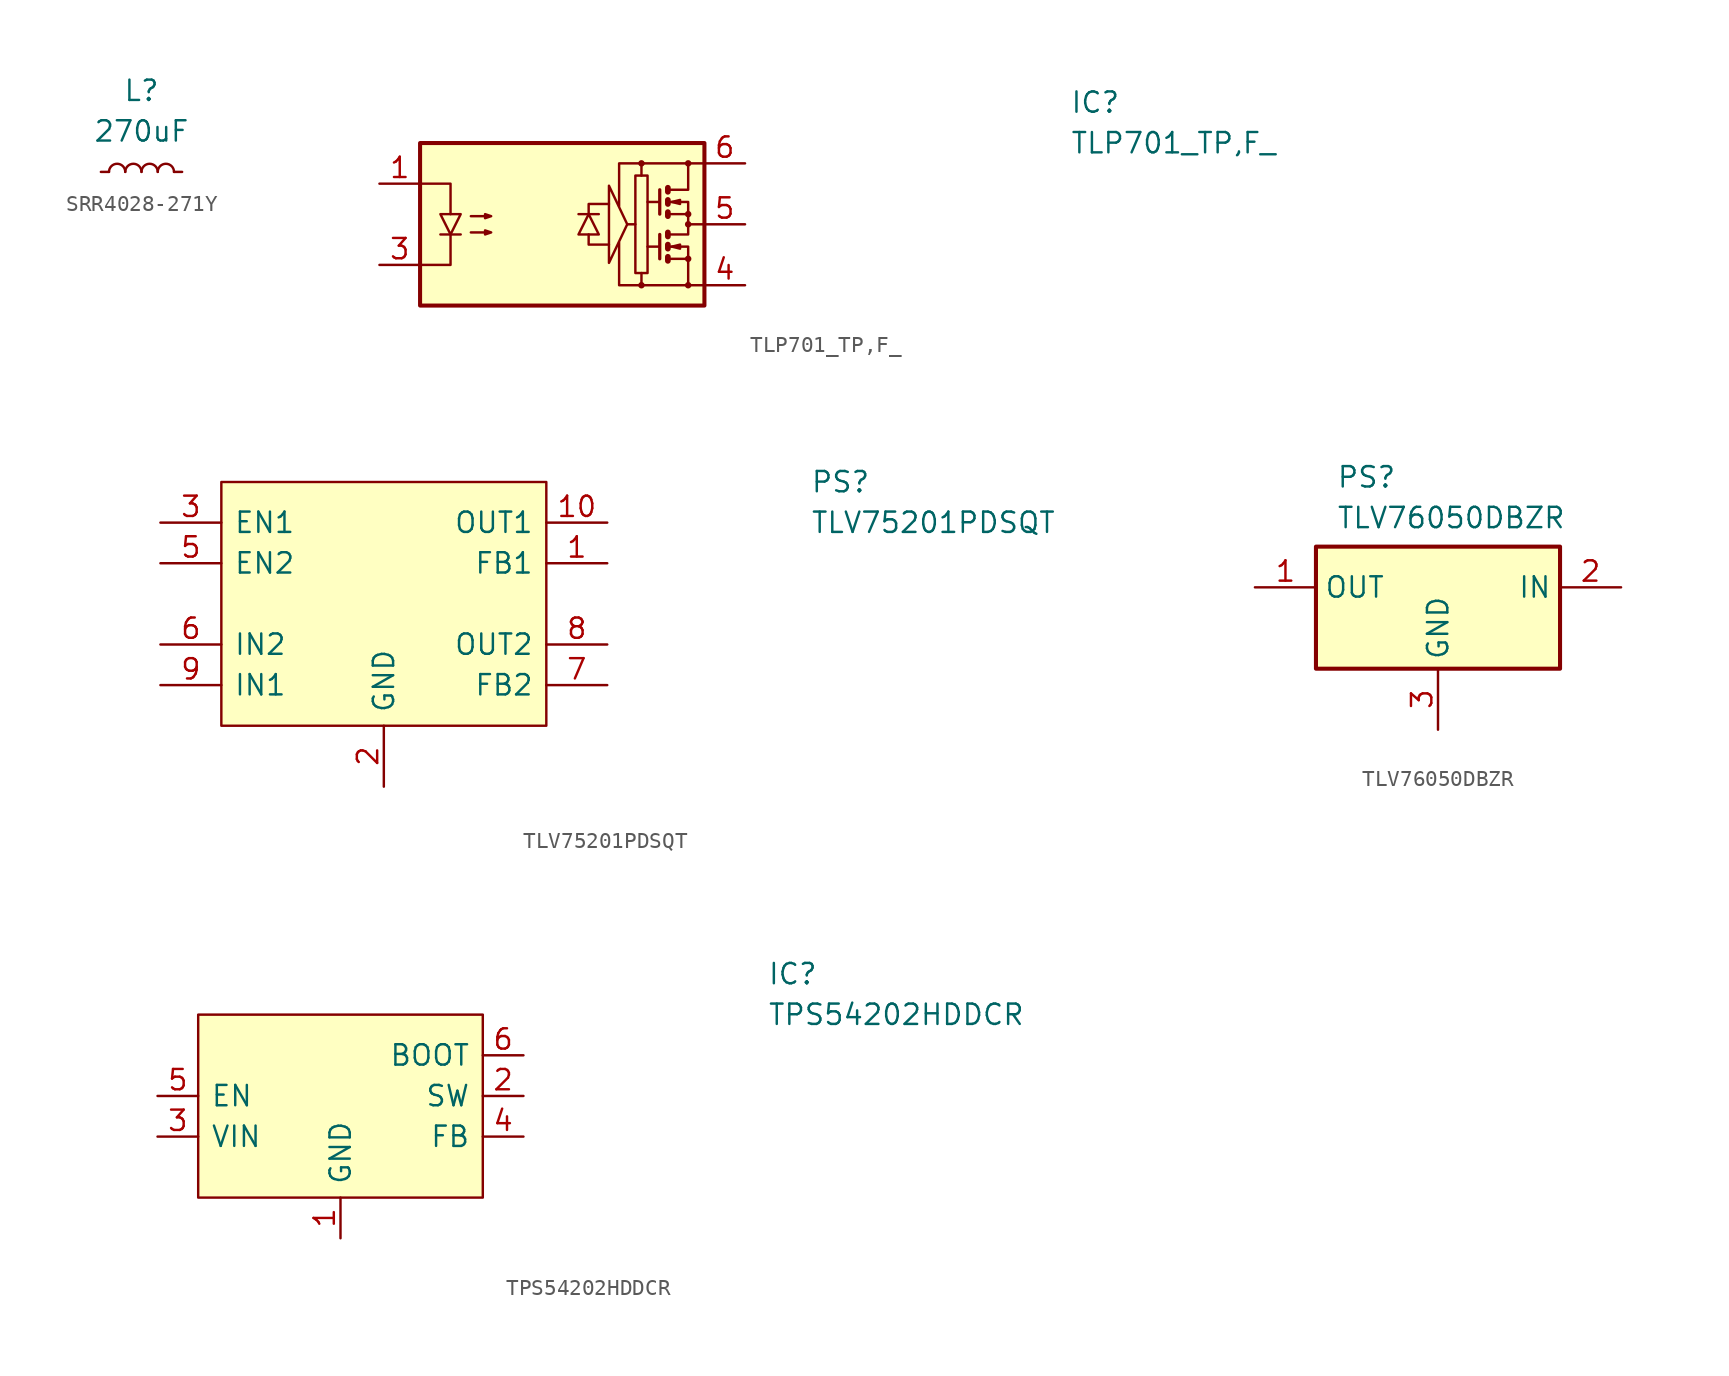
<source format=kicad_sym>
(kicad_symbol_lib
  (version 20220914)
  (generator kicad_symbol_editor)
  (symbol "SRR4028-271Y"
    (pin_numbers hide)
    (pin_names
      (offset 0) hide)
    (property "Reference" "L"
      (at 0 5.08 0)
      (effects (font (size 1.27 1.27))))
    (property "Value" "270uF"
      (at 0 2.54 0)
      (effects (font (size 1.27 1.27))))
    (symbol "SRR4028-271Y_0_1"
      (arc (start -1.016 0) (mid -1.524 0.5058) (end -2.032 0) (stroke (width 0) (type default)) (fill (type none)))
      (arc (start 0 0) (mid -0.508 0.5058) (end -1.016 0) (stroke (width 0) (type default)) (fill (type none)))
      (arc (start 1.016 0) (mid 0.508 0.5058) (end 0 0) (stroke (width 0) (type default)) (fill (type none)))
      (arc (start 2.032 0) (mid 1.524 0.5058) (end 1.016 0) (stroke (width 0) (type default)) (fill (type none))))
    (symbol "SRR4028-271Y_1_1"
      (pin passive line (at -2.54 0 0) (length 0.508) (name "~" (effects (font (size 1.27 1.27)))) (number "1" (effects (font (size 1.27 1.27)))))
      (pin passive line (at 2.54 0 180) (length 0.508) (name "~" (effects (font (size 1.27 1.27)))) (number "2" (effects (font (size 1.27 1.27)))))))
  (symbol "TLP701_TP,F_"
    (pin_names
      (offset 0.762))
    (property "Reference" "IC"
      (at 31.75 7.62 0)
      (effects (font (size 1.27 1.27)) (justify left)))
    (property "Value" "TLP701_TP,F_"
      (at 31.75 5.08 0)
      (effects (font (size 1.27 1.27)) (justify left)))
    (symbol "TLP701_TP,F__0_1"
      (rectangle (start -8.89 5.08) (end 8.89 -5.08) (stroke (width 0.254) (type default)) (fill (type background)))
      (polyline (pts (xy -7.62 -0.635) (xy -6.35 -0.635)) (stroke (width 0) (type default)) (fill (type none)))
      (polyline (pts (xy 2.286 0.635) (xy 1.016 0.635)) (stroke (width 0) (type default)) (fill (type none)))
      (polyline (pts (xy 4.064 0) (xy 4.572 0)) (stroke (width 0) (type default)) (fill (type none)))
      (polyline (pts (xy 6.096 -1.397) (xy 5.334 -1.397)) (stroke (width 0) (type default)) (fill (type none)))
      (polyline (pts (xy 6.096 -0.635) (xy 6.096 -2.159)) (stroke (width 0.203) (type default)) (fill (type none)))
      (polyline (pts (xy 6.096 1.397) (xy 5.334 1.397)) (stroke (width 0) (type default)) (fill (type none)))
      (polyline (pts (xy 6.096 2.159) (xy 6.096 0.635)) (stroke (width 0.203) (type default)) (fill (type none)))
      (polyline (pts (xy 6.604 -0.508) (xy 6.604 -0.762)) (stroke (width 0.356) (type default)) (fill (type none)))
      (polyline (pts (xy 8.89 0) (xy 7.874 0)) (stroke (width 0) (type default)) (fill (type none)))
      (polyline (pts (xy -8.89 -2.54) (xy -6.985 -2.54) (xy -6.985 -0.635)) (stroke (width 0) (type default)) (fill (type none)))
      (polyline (pts (xy -8.89 2.54) (xy -6.985 2.54) (xy -6.985 0.635)) (stroke (width 0) (type default)) (fill (type none)))
      (polyline (pts (xy 1.651 -0.635) (xy 1.651 -1.27) (xy 2.921 -1.27)) (stroke (width 0) (type default)) (fill (type none)))
      (polyline (pts (xy 1.651 0.635) (xy 1.651 1.27) (xy 2.921 1.27)) (stroke (width 0) (type default)) (fill (type none)))
      (polyline (pts (xy 4.953 -3.81) (xy 3.556 -3.81) (xy 3.556 -1.143)) (stroke (width 0) (type default)) (fill (type none)))
      (polyline (pts (xy 5.08 3.81) (xy 3.556 3.81) (xy 3.556 1.143)) (stroke (width 0) (type default)) (fill (type none)))
      (polyline (pts (xy 6.604 -2.032) (xy 6.604 -2.286) (xy 6.604 -2.286)) (stroke (width 0.356) (type default)) (fill (type none)))
      (polyline (pts (xy 6.604 -1.27) (xy 6.604 -1.524) (xy 6.604 -1.524)) (stroke (width 0.356) (type default)) (fill (type none)))
      (polyline (pts (xy 6.604 0.762) (xy 6.604 0.508) (xy 6.604 0.508)) (stroke (width 0.356) (type default)) (fill (type none)))
      (polyline (pts (xy 6.604 1.524) (xy 6.604 1.27) (xy 6.604 1.27)) (stroke (width 0.356) (type default)) (fill (type none)))
      (polyline (pts (xy 6.604 2.286) (xy 6.604 2.032) (xy 6.604 2.032)) (stroke (width 0.356) (type default)) (fill (type none)))
      (polyline (pts (xy 6.731 -1.397) (xy 7.874 -1.397) (xy 7.874 -2.159)) (stroke (width 0) (type default)) (fill (type none)))
      (polyline (pts (xy 6.731 1.397) (xy 7.874 1.397) (xy 7.874 0.635)) (stroke (width 0) (type default)) (fill (type none)))
      (polyline (pts (xy 7.874 -3.81) (xy 4.953 -3.81) (xy 4.953 -3.048)) (stroke (width 0) (type default)) (fill (type none)))
      (polyline (pts (xy 7.874 3.81) (xy 4.953 3.81) (xy 4.953 3.048)) (stroke (width 0) (type default)) (fill (type none)))
      (polyline (pts (xy -6.985 -0.635) (xy -7.62 0.635) (xy -6.35 0.635) (xy -6.985 -0.635)) (stroke (width 0) (type default)) (fill (type none)))
      (polyline (pts (xy 1.651 0.635) (xy 2.286 -0.635) (xy 1.016 -0.635) (xy 1.651 0.635)) (stroke (width 0) (type default)) (fill (type none)))
      (polyline (pts (xy 2.921 2.413) (xy 4.064 0) (xy 2.921 -2.413) (xy 2.921 2.413)) (stroke (width 0) (type default)) (fill (type none)))
      (polyline (pts (xy 6.731 -2.159) (xy 7.874 -2.159) (xy 7.874 -3.81) (xy 8.89 -3.81)) (stroke (width 0) (type default)) (fill (type none)))
      (polyline (pts (xy 6.731 -0.635) (xy 7.874 -0.635) (xy 7.874 0.635) (xy 6.731 0.635)) (stroke (width 0) (type default)) (fill (type none)))
      (polyline (pts (xy 6.731 2.159) (xy 7.874 2.159) (xy 7.874 3.81) (xy 8.89 3.81)) (stroke (width 0) (type default)) (fill (type none)))
      (polyline (pts (xy 6.858 -1.397) (xy 7.366 -1.27) (xy 7.366 -1.524) (xy 6.858 -1.397)) (stroke (width 0) (type default)) (fill (type none)))
      (polyline (pts (xy 6.858 1.397) (xy 7.366 1.524) (xy 7.366 1.27) (xy 6.858 1.397)) (stroke (width 0) (type default)) (fill (type none)))
      (polyline (pts (xy -5.715 -0.508) (xy -4.445 -0.508) (xy -4.826 -0.635) (xy -4.826 -0.381) (xy -4.445 -0.508)) (stroke (width 0) (type default)) (fill (type none)))
      (polyline (pts (xy -5.715 0.508) (xy -4.445 0.508) (xy -4.826 0.381) (xy -4.826 0.635) (xy -4.445 0.508)) (stroke (width 0) (type default)) (fill (type none)))
      (polyline (pts (xy 5.334 3.048) (xy 4.572 3.048) (xy 4.572 -3.048) (xy 5.334 -3.048) (xy 5.334 3.048)) (stroke (width 0) (type default)) (fill (type none)))
      (circle (center 4.953 -3.81) (radius 0.127) (stroke (width 0) (type default)) (fill (type none)))
      (circle (center 4.953 3.81) (radius 0.127) (stroke (width 0) (type default)) (fill (type none)))
      (circle (center 7.874 -3.81) (radius 0.127) (stroke (width 0) (type default)) (fill (type none)))
      (circle (center 7.874 -2.159) (radius 0.127) (stroke (width 0) (type default)) (fill (type none)))
      (circle (center 7.874 0) (radius 0.127) (stroke (width 0) (type default)) (fill (type none)))
      (circle (center 7.874 0.635) (radius 0.127) (stroke (width 0) (type default)) (fill (type none)))
      (circle (center 7.874 3.81) (radius 0.127) (stroke (width 0) (type default)) (fill (type none))))
    (symbol "TLP701_TP,F__1_1"
      (pin passive line (at -11.43 2.54 0) (length 2.54) (name "~" (effects (font (size 1.27 1.27)))) (number "1" (effects (font (size 1.27 1.27)))))
      (pin passive line (at -11.43 -2.54 0) (length 2.54) (name "~" (effects (font (size 1.27 1.27)))) (number "3" (effects (font (size 1.27 1.27)))))
      (pin passive line (at 11.43 -3.81 180) (length 2.54) (name "~" (effects (font (size 1.27 1.27)))) (number "4" (effects (font (size 1.27 1.27)))))
      (pin passive line (at 11.43 0 180) (length 2.54) (name "~" (effects (font (size 1.27 1.27)))) (number "5" (effects (font (size 1.27 1.27)))))
      (pin passive line (at 11.43 3.81 180) (length 2.54) (name "~" (effects (font (size 1.27 1.27)))) (number "6" (effects (font (size 1.27 1.27)))))))
  (symbol "TLV75201PDSQT"
    (pin_names
      (offset 0.762))
    (property "Reference" "PS"
      (at 26.67 7.62 0)
      (effects (font (size 1.27 1.27)) (justify left)))
    (property "Value" "TLV75201PDSQT"
      (at 26.67 5.08 0)
      (effects (font (size 1.27 1.27)) (justify left)))
    (symbol "TLV75201PDSQT_0_0"
      (pin output line (at 13.97 5.08 180) (length 3.81) (name "OUT1" (effects (font (size 1.27 1.27)))) (number "10" (effects (font (size 1.27 1.27)))))
      (pin input line (at -13.97 5.08 0) (length 3.81) (name "EN1" (effects (font (size 1.27 1.27)))) (number "3" (effects (font (size 1.27 1.27)))))
      (pin input line (at -13.97 2.54 0) (length 3.81) (name "EN2" (effects (font (size 1.27 1.27)))) (number "5" (effects (font (size 1.27 1.27)))))
      (pin input line (at -13.97 -2.54 0) (length 3.81) (name "IN2" (effects (font (size 1.27 1.27)))) (number "6" (effects (font (size 1.27 1.27)))))
      (pin passive line (at 13.97 -5.08 180) (length 3.81) (name "FB2" (effects (font (size 1.27 1.27)))) (number "7" (effects (font (size 1.27 1.27)))))
      (pin output line (at 13.97 -2.54 180) (length 3.81) (name "OUT2" (effects (font (size 1.27 1.27)))) (number "8" (effects (font (size 1.27 1.27)))))
      (pin input line (at -13.97 -5.08 0) (length 3.81) (name "IN1" (effects (font (size 1.27 1.27)))) (number "9" (effects (font (size 1.27 1.27))))))
    (symbol "TLV75201PDSQT_1_0"
      (pin passive line (at 13.97 2.54 180) (length 3.81) (name "FB1" (effects (font (size 1.27 1.27)))) (number "1" (effects (font (size 1.27 1.27)))))
      (pin power_in line (at 0 -11.43 90) (length 3.81) hide (name "EPAD" (effects (font (size 1.27 1.27)))) (number "11" (effects (font (size 1.27 1.27)))))
      (pin power_in line (at 0 -11.43 90) (length 3.81) (name "GND" (effects (font (size 1.27 1.27)))) (number "2" (effects (font (size 1.27 1.27)))))
      (pin power_in line (at 0 -11.43 90) (length 3.81) hide (name "GND" (effects (font (size 1.27 1.27)))) (number "4" (effects (font (size 1.27 1.27))))))
    (symbol "TLV75201PDSQT_1_1"
      (polyline (pts (xy -10.16 7.62) (xy 10.16 7.62) (xy 10.16 -7.62) (xy -10.16 -7.62) (xy -10.16 7.62)) (stroke (width 0.152) (type solid)) (fill (type background)))))
  (symbol "TLV76050DBZR"
    (property "Reference" "PS"
      (at -6.35 8.89 0)
      (effects (font (size 1.27 1.27)) (justify left top)))
    (property "Value" "TLV76050DBZR"
      (at -6.35 6.35 0)
      (effects (font (size 1.27 1.27)) (justify left top)))
    (symbol "TLV76050DBZR_1_1"
      (rectangle (start -7.62 3.81) (end 7.62 -3.81) (stroke (width 0.254) (type default)) (fill (type background)))
      (pin output line (at -11.43 1.27 0) (length 3.81) (name "OUT" (effects (font (size 1.27 1.27)))) (number "1" (effects (font (size 1.27 1.27)))))
      (pin input line (at 11.43 1.27 180) (length 3.81) (name "IN" (effects (font (size 1.27 1.27)))) (number "2" (effects (font (size 1.27 1.27)))))
      (pin power_in line (at 0 -7.62 90) (length 3.81) (name "GND" (effects (font (size 1.27 1.27)))) (number "3" (effects (font (size 1.27 1.27)))))))
  (symbol "TPS54202HDDCR"
    (pin_names
      (offset 0.762))
    (property "Reference" "IC"
      (at 24.13 7.62 0)
      (effects (font (size 1.27 1.27)) (justify left)))
    (property "Value" "TPS54202HDDCR"
      (at 24.13 5.08 0)
      (effects (font (size 1.27 1.27)) (justify left)))
    (symbol "TPS54202HDDCR_0_0"
      (pin passive line (at 8.89 0 180) (length 2.54) (name "SW" (effects (font (size 1.27 1.27)))) (number "2" (effects (font (size 1.27 1.27)))))
      (pin passive line (at -13.97 -2.54 0) (length 2.54) (name "VIN" (effects (font (size 1.27 1.27)))) (number "3" (effects (font (size 1.27 1.27)))))
      (pin passive line (at 8.89 -2.54 180) (length 2.54) (name "FB" (effects (font (size 1.27 1.27)))) (number "4" (effects (font (size 1.27 1.27)))))
      (pin passive line (at -13.97 0 0) (length 2.54) (name "EN" (effects (font (size 1.27 1.27)))) (number "5" (effects (font (size 1.27 1.27)))))
      (pin passive line (at 8.89 2.54 180) (length 2.54) (name "BOOT" (effects (font (size 1.27 1.27)))) (number "6" (effects (font (size 1.27 1.27))))))
    (symbol "TPS54202HDDCR_1_0"
      (pin passive line (at -2.54 -8.89 90) (length 2.54) (name "GND" (effects (font (size 1.27 1.27)))) (number "1" (effects (font (size 1.27 1.27))))))
    (symbol "TPS54202HDDCR_1_1"
      (polyline (pts (xy -11.43 5.08) (xy 6.35 5.08) (xy 6.35 -6.35) (xy -11.43 -6.35) (xy -11.43 5.08)) (stroke (width 0.152) (type solid)) (fill (type background))))))
</source>
